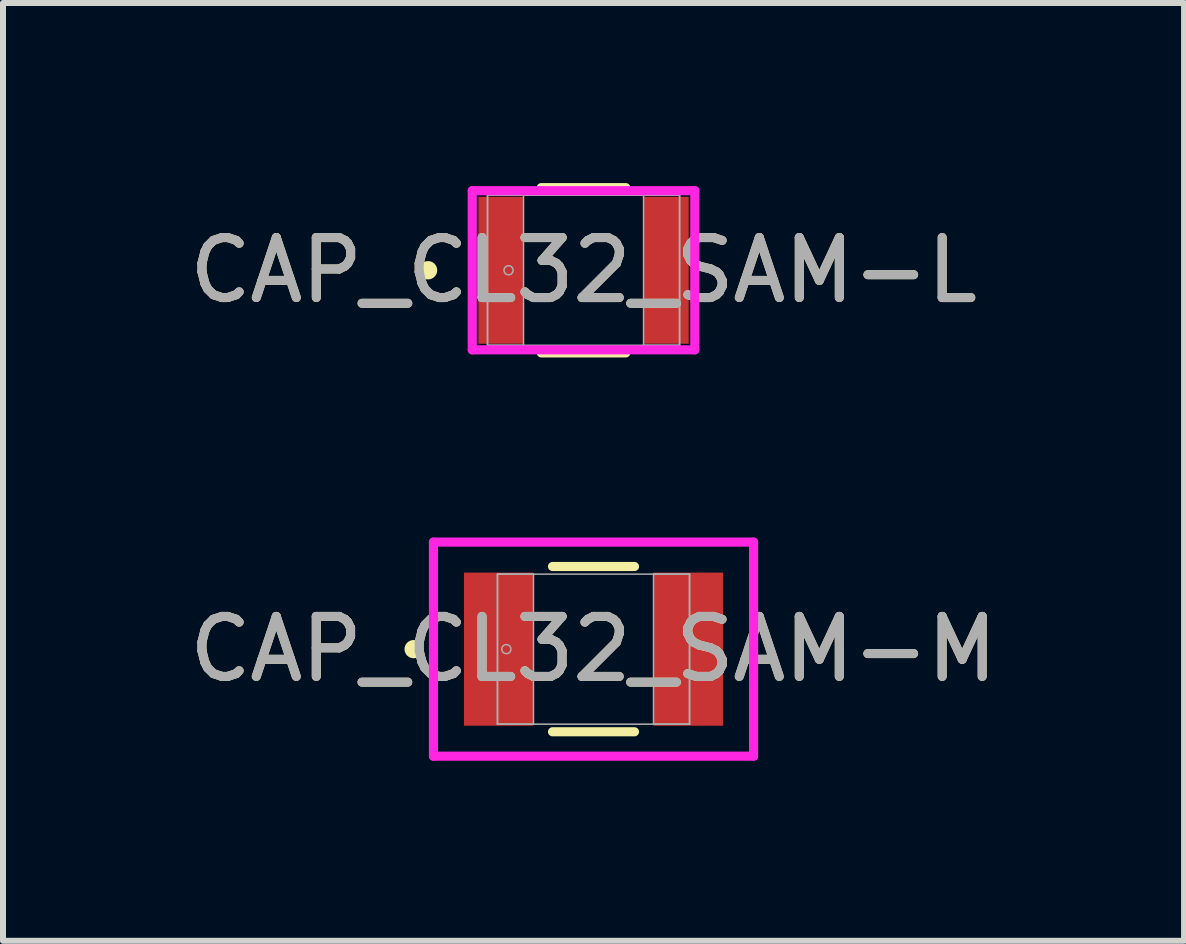
<source format=kicad_pcb>
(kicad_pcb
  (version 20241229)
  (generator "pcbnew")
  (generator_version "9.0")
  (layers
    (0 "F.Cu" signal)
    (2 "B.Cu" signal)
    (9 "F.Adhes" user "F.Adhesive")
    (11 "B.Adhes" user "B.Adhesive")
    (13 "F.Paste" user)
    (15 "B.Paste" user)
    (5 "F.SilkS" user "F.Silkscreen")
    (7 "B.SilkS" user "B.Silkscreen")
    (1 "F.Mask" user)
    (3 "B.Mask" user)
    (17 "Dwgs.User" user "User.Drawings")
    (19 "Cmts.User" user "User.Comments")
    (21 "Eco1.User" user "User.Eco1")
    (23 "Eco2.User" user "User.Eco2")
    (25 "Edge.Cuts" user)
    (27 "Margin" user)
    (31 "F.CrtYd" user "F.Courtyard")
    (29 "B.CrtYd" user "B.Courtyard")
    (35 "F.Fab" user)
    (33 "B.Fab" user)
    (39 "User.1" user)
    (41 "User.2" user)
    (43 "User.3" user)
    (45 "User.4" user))
  (footprint "CAP_CL32_SAM-L"
    (layer "F.Cu")
    (at 6.673 1.453)
    (property "Reference" "CAP_CL32_SAM-L" (at 0 0 0) (unlocked yes) (layer "F.SilkS") (effects (font (size 1 1) (thickness 0.15))))
    (attr smd)
    (fp_line (start -0.704 1.377) (end 0.704 1.377) (stroke (width 0.152) (type solid)) (layer "F.SilkS"))
    (fp_line (start 0.704 -1.377) (end -0.704 -1.377) (stroke (width 0.152) (type solid)) (layer "F.SilkS"))
    (fp_circle (center -2.591 0) (end -2.514 0) (stroke (width 0.152) (type solid)) (fill no) (layer "F.SilkS"))
    (fp_line (start -1.854 -1.326) (end 1.854 -1.326) (stroke (width 0.152) (type solid)) (layer "F.CrtYd"))
    (fp_line (start -1.854 1.326) (end -1.854 -1.326) (stroke (width 0.152) (type solid)) (layer "F.CrtYd"))
    (fp_line (start 1.854 -1.326) (end 1.854 1.326) (stroke (width 0.152) (type solid)) (layer "F.CrtYd"))
    (fp_line (start 1.854 1.326) (end -1.854 1.326) (stroke (width 0.152) (type solid)) (layer "F.CrtYd"))
    (fp_line (start -1.6 -1.25) (end -1.6 1.25) (stroke (width 0.025) (type solid)) (layer "F.Fab"))
    (fp_line (start -1.6 -1.25) (end -1.6 1.25) (stroke (width 0.025) (type solid)) (layer "F.Fab"))
    (fp_line (start -1.6 1.25) (end -1 1.25) (stroke (width 0.025) (type solid)) (layer "F.Fab"))
    (fp_line (start -1.6 1.25) (end 1.6 1.25) (stroke (width 0.025) (type solid)) (layer "F.Fab"))
    (fp_line (start -1 -1.25) (end -1.6 -1.25) (stroke (width 0.025) (type solid)) (layer "F.Fab"))
    (fp_line (start -1 1.25) (end -1 -1.25) (stroke (width 0.025) (type solid)) (layer "F.Fab"))
    (fp_line (start 1 -1.25) (end 1 1.25) (stroke (width 0.025) (type solid)) (layer "F.Fab"))
    (fp_line (start 1 1.25) (end 1.6 1.25) (stroke (width 0.025) (type solid)) (layer "F.Fab"))
    (fp_line (start 1.6 -1.25) (end -1.6 -1.25) (stroke (width 0.025) (type solid)) (layer "F.Fab"))
    (fp_line (start 1.6 -1.25) (end 1 -1.25) (stroke (width 0.025) (type solid)) (layer "F.Fab"))
    (fp_line (start 1.6 1.25) (end 1.6 -1.25) (stroke (width 0.025) (type solid)) (layer "F.Fab"))
    (fp_line (start 1.6 1.25) (end 1.6 -1.25) (stroke (width 0.025) (type solid)) (layer "F.Fab"))
    (fp_circle (center -1.249 0) (end -1.173 0) (stroke (width 0.025) (type solid)) (fill no) (layer "F.Fab"))
    (fp_text user "${REFERENCE}" (at 0 0 0) (unlocked yes) (layer "F.Fab") (effects (font (size 1 1) (thickness 0.15))))
    (pad "1" smd rect (at -1.376 0) (size 0.752 2.449) (layers "F.Cu" "F.Mask" "F.Paste"))
    (pad "2" smd rect (at 1.376 0) (size 0.752 2.449) (layers "F.Cu" "F.Mask" "F.Paste"))
    (zone (net_name "") (layer "F.Cu") (hatch full 0.508) (connect_pads) (min_thickness 0.254) (filled_areas_thickness no) (keepout (tracks not_allowed) (vias not_allowed) (pads allowed) (copperpour not_allowed) (footprints allowed)) (placement (enabled no)) (fill) (polygon (pts (xy 5.723 0.254) (xy 7.622 0.254) (xy 7.622 2.652) (xy 5.723 2.652)))))
  (footprint "CAP_CL32_SAM-M"
    (layer "F.Cu")
    (at 6.839 7.766)
    (property "Reference" "CAP_CL32_SAM-M" (at 0 0 0) (unlocked yes) (layer "F.SilkS") (effects (font (size 1 1) (thickness 0.15))))
    (attr smd)
    (fp_line (start -0.683 1.377) (end 0.683 1.377) (stroke (width 0.152) (type solid)) (layer "F.SilkS"))
    (fp_line (start 0.683 -1.377) (end -0.683 -1.377) (stroke (width 0.152) (type solid)) (layer "F.SilkS"))
    (fp_circle (center -2.997 0) (end -2.921 0) (stroke (width 0.152) (type solid)) (fill no) (layer "F.SilkS"))
    (fp_line (start -2.667 -1.783) (end 2.667 -1.783) (stroke (width 0.152) (type solid)) (layer "F.CrtYd"))
    (fp_line (start -2.667 1.783) (end -2.667 -1.783) (stroke (width 0.152) (type solid)) (layer "F.CrtYd"))
    (fp_line (start 2.667 -1.783) (end 2.667 1.783) (stroke (width 0.152) (type solid)) (layer "F.CrtYd"))
    (fp_line (start 2.667 1.783) (end -2.667 1.783) (stroke (width 0.152) (type solid)) (layer "F.CrtYd"))
    (fp_line (start -1.6 -1.25) (end -1.6 1.25) (stroke (width 0.025) (type solid)) (layer "F.Fab"))
    (fp_line (start -1.6 -1.25) (end -1.6 1.25) (stroke (width 0.025) (type solid)) (layer "F.Fab"))
    (fp_line (start -1.6 1.25) (end -1 1.25) (stroke (width 0.025) (type solid)) (layer "F.Fab"))
    (fp_line (start -1.6 1.25) (end 1.6 1.25) (stroke (width 0.025) (type solid)) (layer "F.Fab"))
    (fp_line (start -1 -1.25) (end -1.6 -1.25) (stroke (width 0.025) (type solid)) (layer "F.Fab"))
    (fp_line (start -1 1.25) (end -1 -1.25) (stroke (width 0.025) (type solid)) (layer "F.Fab"))
    (fp_line (start 1 -1.25) (end 1 1.25) (stroke (width 0.025) (type solid)) (layer "F.Fab"))
    (fp_line (start 1 1.25) (end 1.6 1.25) (stroke (width 0.025) (type solid)) (layer "F.Fab"))
    (fp_line (start 1.6 -1.25) (end -1.6 -1.25) (stroke (width 0.025) (type solid)) (layer "F.Fab"))
    (fp_line (start 1.6 -1.25) (end 1 -1.25) (stroke (width 0.025) (type solid)) (layer "F.Fab"))
    (fp_line (start 1.6 1.25) (end 1.6 -1.25) (stroke (width 0.025) (type solid)) (layer "F.Fab"))
    (fp_line (start 1.6 1.25) (end 1.6 -1.25) (stroke (width 0.025) (type solid)) (layer "F.Fab"))
    (fp_circle (center -1.452 0) (end -1.376 0) (stroke (width 0.025) (type solid)) (fill no) (layer "F.Fab"))
    (fp_text user "${REFERENCE}" (at 0 0 0) (unlocked yes) (layer "F.Fab") (effects (font (size 1 1) (thickness 0.15))))
    (pad "1" smd rect (at -1.579 0) (size 1.159 2.551) (layers "F.Cu" "F.Mask" "F.Paste"))
    (pad "2" smd rect (at 1.579 0) (size 1.159 2.551) (layers "F.Cu" "F.Mask" "F.Paste"))
    (zone (net_name "") (layer "F.Cu") (hatch full 0.508) (connect_pads) (min_thickness 0.254) (filled_areas_thickness no) (keepout (tracks not_allowed) (vias not_allowed) (pads allowed) (copperpour not_allowed) (footprints allowed)) (placement (enabled no)) (fill) (polygon (pts (xy 5.89 6.567) (xy 7.788 6.567) (xy 7.788 8.965) (xy 5.89 8.965)))))
  (gr_rect
    (start -3 -3)
    (end 16.679 12.626)
    (stroke (width 0.1) (type default))
    (fill no)
    (layer "Edge.Cuts")))
</source>
